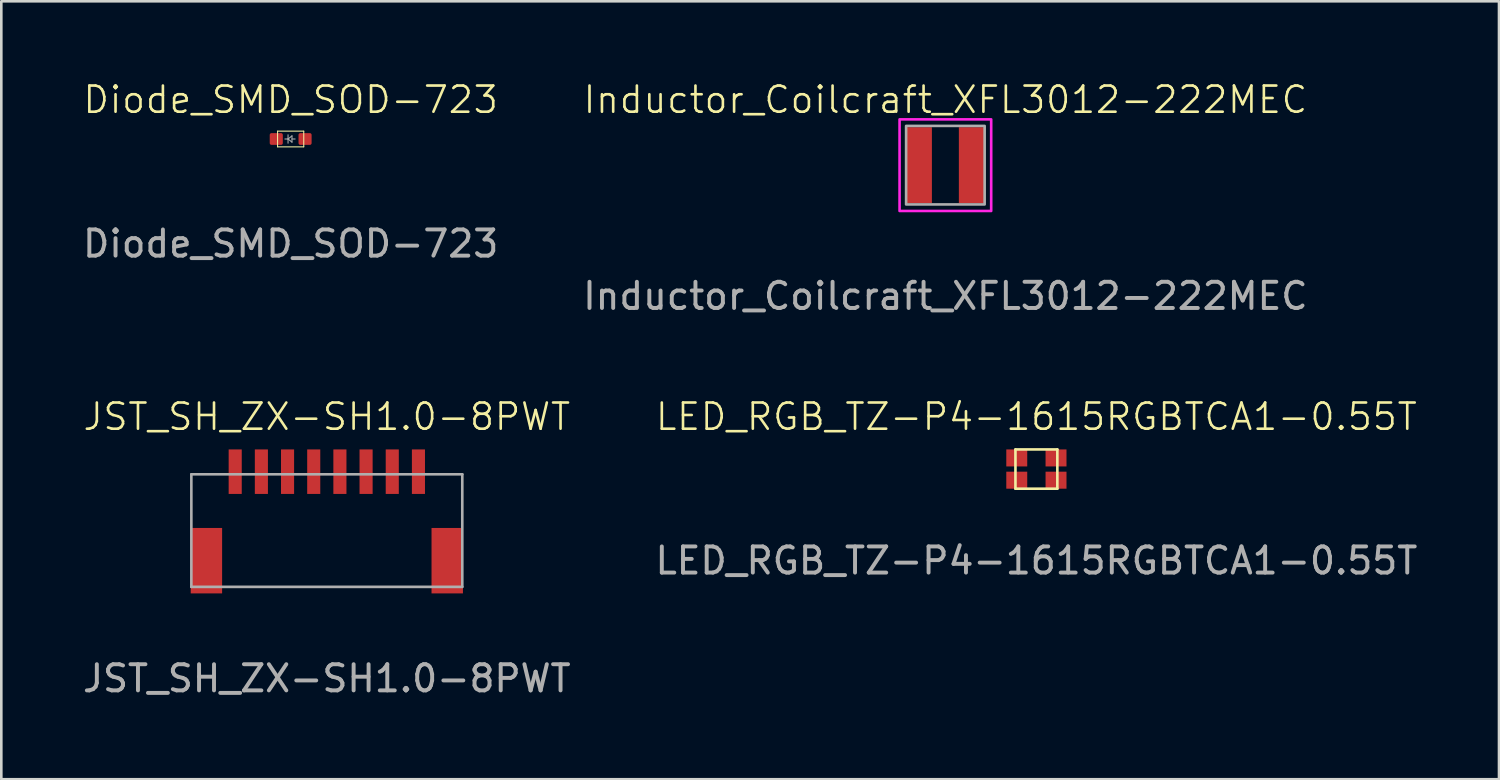
<source format=kicad_pcb>
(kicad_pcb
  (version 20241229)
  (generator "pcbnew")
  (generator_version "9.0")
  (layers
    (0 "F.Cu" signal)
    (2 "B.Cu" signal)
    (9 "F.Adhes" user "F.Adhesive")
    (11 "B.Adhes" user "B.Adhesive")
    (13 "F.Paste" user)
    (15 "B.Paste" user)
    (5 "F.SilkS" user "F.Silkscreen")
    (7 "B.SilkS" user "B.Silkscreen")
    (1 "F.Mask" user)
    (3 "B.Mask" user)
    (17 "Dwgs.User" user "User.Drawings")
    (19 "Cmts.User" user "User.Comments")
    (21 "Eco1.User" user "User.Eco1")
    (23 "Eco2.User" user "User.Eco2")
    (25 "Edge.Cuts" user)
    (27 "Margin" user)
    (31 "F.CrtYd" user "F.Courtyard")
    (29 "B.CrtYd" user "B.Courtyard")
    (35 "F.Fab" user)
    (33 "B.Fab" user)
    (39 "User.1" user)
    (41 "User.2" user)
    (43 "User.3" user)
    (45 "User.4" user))
  (footprint "Diode_SMD_SOD-723"
    (layer "F.Cu")
    (at 8.054 2.26)
    (property "Reference" "Diode_SMD_SOD-723" (at 0 -1.5 0) (unlocked yes) (layer "F.SilkS") (effects (font (size 1 1) (thickness 0.1))))
    (attr smd)
    (fp_line (start -0.5 -0.3) (end -0.5 0.3) (stroke (width 0.04) (type solid)) (layer "F.SilkS"))
    (fp_line (start -0.5 -0.3) (end 0.5 -0.3) (stroke (width 0.04) (type solid)) (layer "F.SilkS"))
    (fp_line (start -0.5 0.3) (end 0.5 0.3) (stroke (width 0.04) (type solid)) (layer "F.SilkS"))
    (fp_line (start 0.5 0.3) (end 0.5 -0.3) (stroke (width 0.04) (type solid)) (layer "F.SilkS"))
    (fp_line (start -0.1 0) (end -0.22 0) (stroke (width 0.04) (type solid)) (layer "F.Fab"))
    (fp_line (start -0.1 0) (end -0.1 -0.16) (stroke (width 0.04) (type solid)) (layer "F.Fab"))
    (fp_line (start -0.1 0) (end -0.1 0.16) (stroke (width 0.04) (type solid)) (layer "F.Fab"))
    (fp_line (start -0.1 0) (end 0.05 -0.12) (stroke (width 0.04) (type solid)) (layer "F.Fab"))
    (fp_line (start -0.1 0) (end 0.05 0.12) (stroke (width 0.04) (type solid)) (layer "F.Fab"))
    (fp_line (start 0.05 -0.12) (end 0.05 0.12) (stroke (width 0.04) (type solid)) (layer "F.Fab"))
    (fp_line (start 0.17 0) (end 0.05 0) (stroke (width 0.04) (type solid)) (layer "F.Fab"))
    (fp_text user "${REFERENCE}" (at 0 4 0) (unlocked yes) (layer "F.Fab") (effects (font (size 1 1) (thickness 0.15))))
    (pad "1" smd roundrect (at -0.55 0) (size 0.5 0.45) (layers "F.Cu" "F.Mask" "F.Paste") (roundrect_rratio 0.15))
    (pad "2" smd roundrect (at 0.55 0) (size 0.5 0.45) (layers "F.Cu" "F.Mask" "F.Paste") (roundrect_rratio 0.15)))
  (footprint "Inductor_Coilcraft_XFL3012-222MEC"
    (layer "F.Cu")
    (at 33.065 3.26)
    (property "Reference" "Inductor_Coilcraft_XFL3012-222MEC" (at 0 -2.5 0) (unlocked yes) (layer "F.SilkS") (effects (font (size 1 1) (thickness 0.1))))
    (attr smd)
    (fp_rect (start -1.75 -1.75) (end 1.75 1.75) (stroke (width 0.1) (type solid)) (fill no) (layer "F.CrtYd"))
    (fp_rect (start -1.5 -1.5) (end 1.5 1.5) (stroke (width 0.1) (type solid)) (fill no) (layer "F.Fab"))
    (fp_text user "${REFERENCE}" (at 0 5 0) (unlocked yes) (layer "F.Fab") (effects (font (size 1 1) (thickness 0.15))))
    (pad "1" smd rect (at -1.015 0) (size 1 2.9) (layers "F.Cu" "F.Mask" "F.Paste"))
    (pad "2" smd rect (at 1.015 0) (size 1 2.9) (layers "F.Cu" "F.Mask" "F.Paste")))
  (footprint "LED_RGB_TZ-P4-1615RGBTCA1-0.55T"
    (layer "F.Cu")
    (at 36.542 14.869)
    (property "Reference" "LED_RGB_TZ-P4-1615RGBTCA1-0.55T" (at 0 -2 0) (unlocked yes) (layer "F.SilkS") (effects (font (size 1 1) (thickness 0.1))))
    (attr smd)
    (fp_line (start -0.8 -0.75) (end -0.8 0.75) (stroke (width 0.1) (type solid)) (layer "F.SilkS"))
    (fp_line (start -0.8 -0.75) (end 0.8 -0.75) (stroke (width 0.1) (type solid)) (layer "F.SilkS"))
    (fp_line (start -0.8 0.75) (end 0.8 0.75) (stroke (width 0.1) (type solid)) (layer "F.SilkS"))
    (fp_line (start 0.8 -0.75) (end 0.8 0.75) (stroke (width 0.1) (type solid)) (layer "F.SilkS"))
    (fp_text user "${REFERENCE}" (at 0 3.5 0) (unlocked yes) (layer "F.Fab") (effects (font (size 1 1) (thickness 0.15))))
    (pad "1" smd rect (at -0.75 0.425) (size 0.8 0.65) (layers "F.Cu" "F.Mask" "F.Paste"))
    (pad "2" smd rect (at -0.75 -0.425) (size 0.8 0.65) (layers "F.Cu" "F.Mask" "F.Paste"))
    (pad "3" smd rect (at 0.75 -0.425) (size 0.8 0.65) (layers "F.Cu" "F.Mask" "F.Paste"))
    (pad "4" smd rect (at 0.75 0.425) (size 0.8 0.65) (layers "F.Cu" "F.Mask" "F.Paste")))
  (footprint "JST_SH_ZX-SH1.0-8PWT"
    (layer "F.Cu")
    (at 9.435 16.869)
    (property "Reference" "JST_SH_ZX-SH1.0-8PWT" (at 0 -4 0) (unlocked yes) (layer "F.SilkS") (effects (font (size 1 1) (thickness 0.1))))
    (attr smd)
    (fp_line (start -5.175 -1.8) (end 5.175 -1.8) (stroke (width 0.1) (type solid)) (layer "F.Fab"))
    (fp_line (start -5.175 2.5) (end -5.175 -1.8) (stroke (width 0.1) (type solid)) (layer "F.Fab"))
    (fp_line (start -5.175 2.5) (end 5.175 2.5) (stroke (width 0.1) (type solid)) (layer "F.Fab"))
    (fp_line (start 5.175 2.5) (end 5.175 -1.8) (stroke (width 0.1) (type solid)) (layer "F.Fab"))
    (fp_text user "${REFERENCE}" (at 0 6 0) (unlocked yes) (layer "F.Fab") (effects (font (size 1 1) (thickness 0.15))))
    (pad "" smd rect (at -4.6 1.5) (size 1.2 2.5) (layers "F.Cu" "F.Mask" "F.Paste"))
    (pad "" smd rect (at 4.6 1.5) (size 1.2 2.5) (layers "F.Cu" "F.Mask" "F.Paste"))
    (pad "1" smd rect (at -3.5 -1.9) (size 0.5 1.7) (layers "F.Cu" "F.Mask" "F.Paste"))
    (pad "2" smd rect (at -2.5 -1.9) (size 0.5 1.7) (layers "F.Cu" "F.Mask" "F.Paste"))
    (pad "3" smd rect (at -1.5 -1.9) (size 0.5 1.7) (layers "F.Cu" "F.Mask" "F.Paste"))
    (pad "4" smd rect (at -0.5 -1.9) (size 0.5 1.7) (layers "F.Cu" "F.Mask" "F.Paste"))
    (pad "5" smd rect (at 0.5 -1.9) (size 0.5 1.7) (layers "F.Cu" "F.Mask" "F.Paste"))
    (pad "6" smd rect (at 1.5 -1.9) (size 0.5 1.7) (layers "F.Cu" "F.Mask" "F.Paste"))
    (pad "7" smd rect (at 2.5 -1.9) (size 0.5 1.7) (layers "F.Cu" "F.Mask" "F.Paste"))
    (pad "8" smd rect (at 3.5 -1.9) (size 0.5 1.7) (layers "F.Cu" "F.Mask" "F.Paste")))
  (gr_rect
    (start -3 -3)
    (end 54.214 26.718)
    (stroke (width 0.1) (type default))
    (fill no)
    (layer "Edge.Cuts")))
</source>
